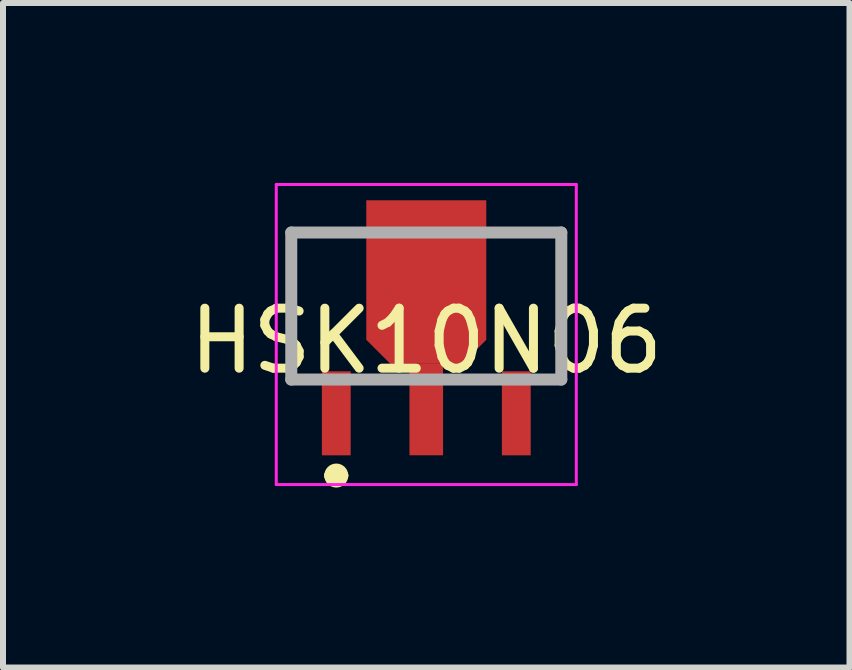
<source format=kicad_pcb>
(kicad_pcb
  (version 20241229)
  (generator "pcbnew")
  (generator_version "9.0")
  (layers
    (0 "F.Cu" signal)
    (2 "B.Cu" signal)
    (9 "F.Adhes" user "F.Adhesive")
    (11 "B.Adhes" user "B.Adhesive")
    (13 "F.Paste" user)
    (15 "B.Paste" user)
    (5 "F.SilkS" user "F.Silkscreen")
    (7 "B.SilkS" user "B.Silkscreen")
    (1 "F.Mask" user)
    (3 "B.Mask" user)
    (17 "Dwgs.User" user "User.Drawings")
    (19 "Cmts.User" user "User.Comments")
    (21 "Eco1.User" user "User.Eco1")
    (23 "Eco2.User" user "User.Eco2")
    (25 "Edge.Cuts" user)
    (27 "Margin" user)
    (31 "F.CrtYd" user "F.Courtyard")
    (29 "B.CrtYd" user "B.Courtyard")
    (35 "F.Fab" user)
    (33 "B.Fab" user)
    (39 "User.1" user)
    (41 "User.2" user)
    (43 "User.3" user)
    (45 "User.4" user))
  (footprint "HSK10N06"
    (layer "F.Cu")
    (at 4.054 3.275)
    (property "Reference" "HSK10N06" (at 0 -0.644 0) (layer "F.SilkS") (effects (font (size 1 1) (thickness 0.15))))
    (attr smd)
    (fp_line (start -2.25 -2.45) (end -1.5 -2.45) (stroke (width 0.1) (type solid)) (layer "F.SilkS"))
    (fp_line (start -2.25 0) (end -2.25 -2.45) (stroke (width 0.1) (type solid)) (layer "F.SilkS"))
    (fp_line (start -2 0) (end -2.25 0) (stroke (width 0.1) (type solid)) (layer "F.SilkS"))
    (fp_line (start -1.6 1.6) (end -1.6 1.6) (stroke (width 0.2) (type solid)) (layer "F.SilkS"))
    (fp_line (start -1.4 1.6) (end -1.4 1.6) (stroke (width 0.2) (type solid)) (layer "F.SilkS"))
    (fp_line (start 1.5 -2.45) (end 2.25 -2.45) (stroke (width 0.1) (type solid)) (layer "F.SilkS"))
    (fp_line (start 2.25 -2.45) (end 2.25 0) (stroke (width 0.1) (type solid)) (layer "F.SilkS"))
    (fp_line (start 2.25 0) (end 2 0) (stroke (width 0.1) (type solid)) (layer "F.SilkS"))
    (fp_arc (start -1.6 1.6) (mid -1.5 1.5) (end -1.4 1.6) (stroke (width 0.2) (type solid)) (layer "F.SilkS"))
    (fp_arc (start -1.4 1.6) (mid -1.5 1.7) (end -1.6 1.6) (stroke (width 0.2) (type solid)) (layer "F.SilkS"))
    (fp_line (start -2.5 -3.25) (end 2.5 -3.25) (stroke (width 0.05) (type default)) (layer "F.CrtYd"))
    (fp_line (start -2.5 1.75) (end -2.5 -3.25) (stroke (width 0.05) (type default)) (layer "F.CrtYd"))
    (fp_line (start 2.5 -3.25) (end 2.5 1.75) (stroke (width 0.05) (type default)) (layer "F.CrtYd"))
    (fp_line (start 2.5 1.75) (end -2.5 1.75) (stroke (width 0.05) (type default)) (layer "F.CrtYd"))
    (fp_line (start -2.25 -2.45) (end 2.25 -2.45) (stroke (width 0.2) (type solid)) (layer "F.Fab"))
    (fp_line (start -2.25 0) (end -2.25 -2.45) (stroke (width 0.2) (type solid)) (layer "F.Fab"))
    (fp_line (start 2.25 -2.45) (end 2.25 0) (stroke (width 0.2) (type solid)) (layer "F.Fab"))
    (fp_line (start 2.25 0) (end -2.25 0) (stroke (width 0.2) (type solid)) (layer "F.Fab"))
    (pad "1" smd rect (at -1.5 0.563) (size 0.48 1.4) (layers "F.Cu" "F.Mask" "F.Paste"))
    (pad "2" smd roundrect (at 0 -1.625) (size 2 2.725) (layers "F.Cu" "F.Mask" "F.Paste") (roundrect_rratio 0) (chamfer_ratio 0.2) (chamfer bottom_left bottom_right))
    (pad "2" smd rect (at 0 0.5) (size 0.56 1.525) (layers "F.Cu" "F.Mask" "F.Paste"))
    (pad "3" smd rect (at 1.5 0.563) (size 0.48 1.4) (layers "F.Cu" "F.Mask" "F.Paste")))
  (gr_rect
    (start -3 -3)
    (end 11.107 8.075)
    (stroke (width 0.1) (type default))
    (fill no)
    (layer "Edge.Cuts")))
</source>
